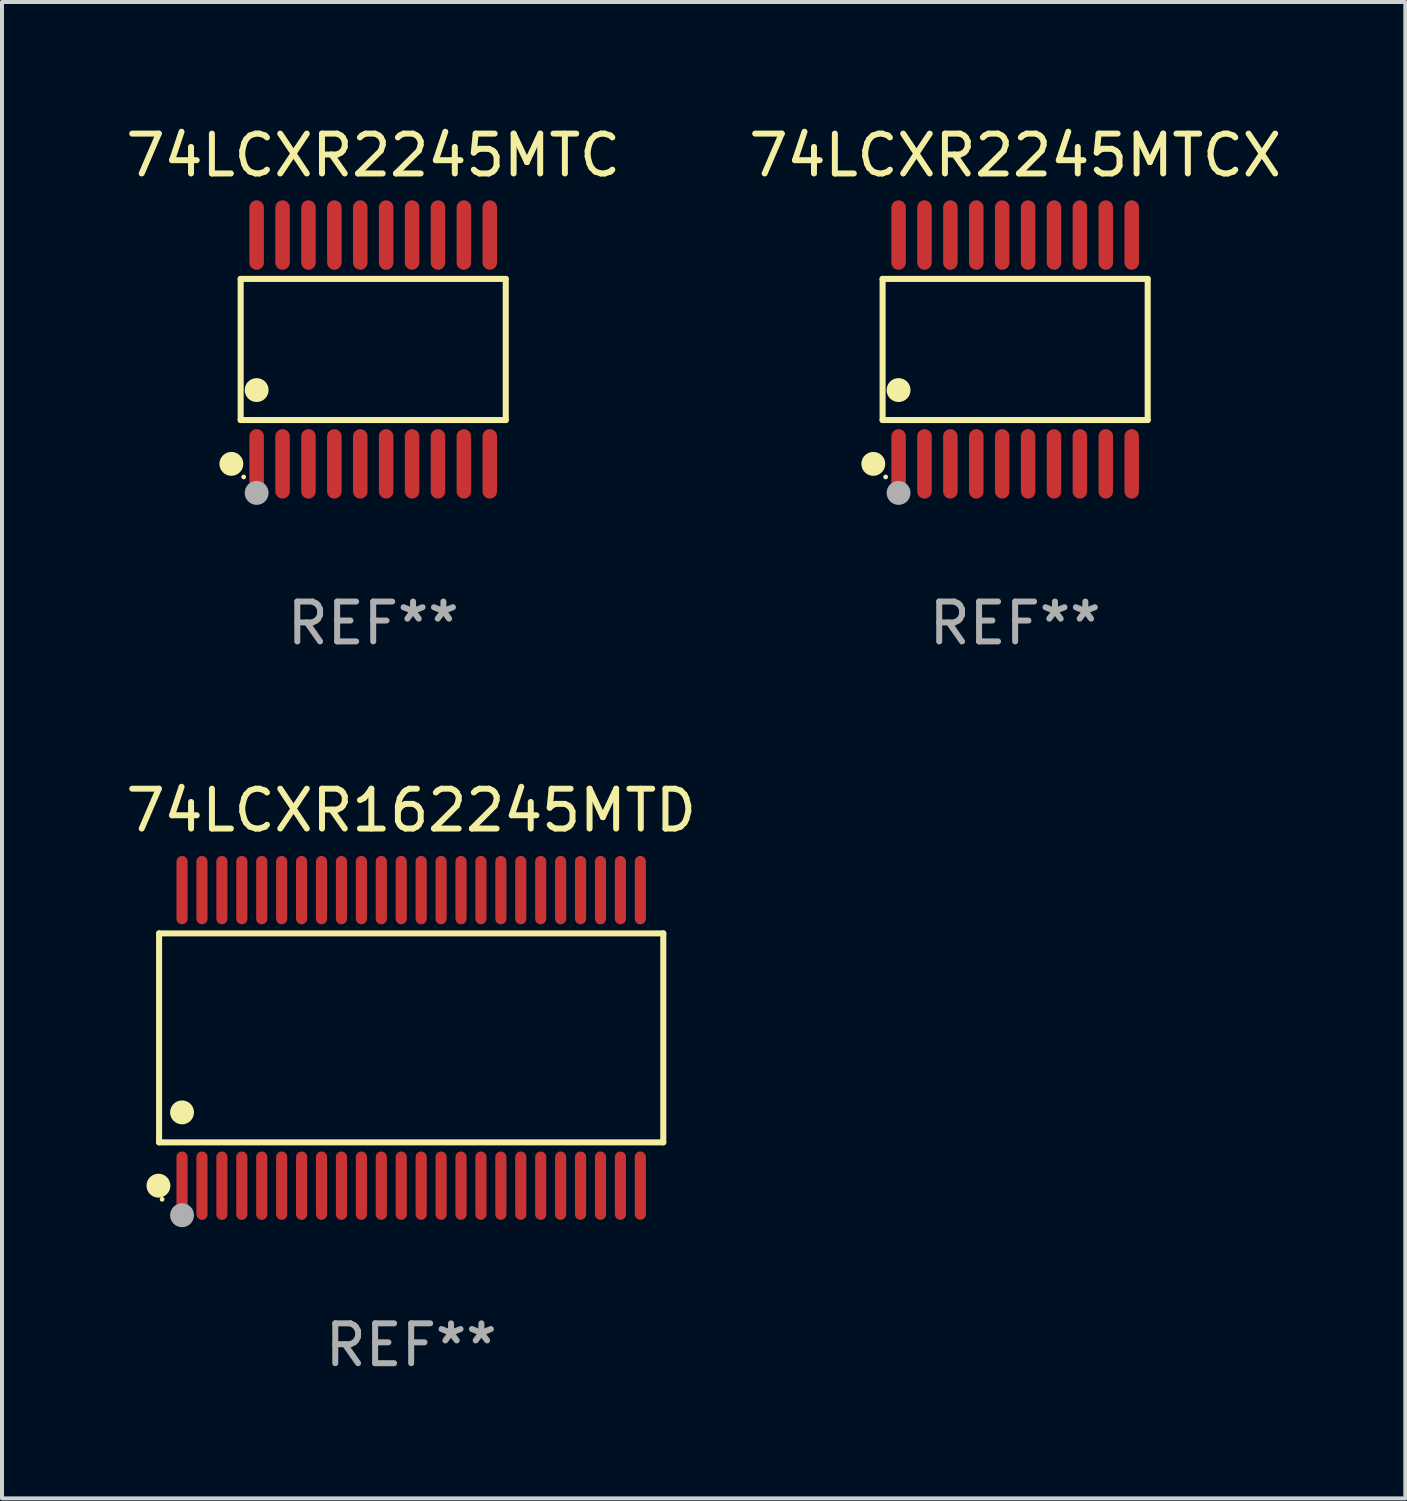
<source format=kicad_pcb>
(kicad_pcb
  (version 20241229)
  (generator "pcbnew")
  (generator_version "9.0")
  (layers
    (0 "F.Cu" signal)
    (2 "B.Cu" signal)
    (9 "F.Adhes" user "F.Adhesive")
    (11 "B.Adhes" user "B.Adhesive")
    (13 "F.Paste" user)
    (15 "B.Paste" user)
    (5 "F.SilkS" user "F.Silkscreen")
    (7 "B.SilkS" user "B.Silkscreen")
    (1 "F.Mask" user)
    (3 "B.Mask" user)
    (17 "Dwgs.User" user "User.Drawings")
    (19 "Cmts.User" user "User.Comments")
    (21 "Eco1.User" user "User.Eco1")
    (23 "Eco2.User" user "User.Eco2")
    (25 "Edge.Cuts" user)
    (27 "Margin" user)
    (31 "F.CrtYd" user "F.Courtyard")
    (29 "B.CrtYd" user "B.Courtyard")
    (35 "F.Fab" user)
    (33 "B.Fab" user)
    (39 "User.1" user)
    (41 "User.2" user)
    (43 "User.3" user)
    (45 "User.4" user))
  (footprint "74LCXR162245MTD"
    (layer "F.Cu")
    (at 7.268 22.994)
    (property "Reference" "74LCXR162245MTD" (at 0 -5.708 0) (layer "F.SilkS") (effects (font (size 1 1) (thickness 0.15))))
    (attr through_hole)
    (fp_line (start -6.326 -2.622) (end 6.326 -2.622) (stroke (width 0.152) (type solid)) (layer "F.SilkS"))
    (fp_line (start -6.326 2.621) (end -6.326 -2.622) (stroke (width 0.152) (type solid)) (layer "F.SilkS"))
    (fp_line (start 6.326 -2.622) (end 6.326 2.621) (stroke (width 0.152) (type solid)) (layer "F.SilkS"))
    (fp_line (start 6.326 2.621) (end -6.326 2.621) (stroke (width 0.152) (type solid)) (layer "F.SilkS"))
    (fp_circle (center -6.342 3.708) (end -6.192 3.708) (stroke (width 0.3) (type solid)) (fill no) (layer "F.SilkS"))
    (fp_circle (center -6.25 4.05) (end -6.22 4.05) (stroke (width 0.06) (type solid)) (fill no) (layer "F.SilkS"))
    (fp_circle (center -5.75 1.869) (end -5.6 1.869) (stroke (width 0.3) (type solid)) (fill no) (layer "F.SilkS"))
    (fp_circle (center -5.75 4.45) (end -5.6 4.45) (stroke (width 0.3) (type solid)) (fill no) (layer "F.Fab"))
    (fp_text user "REF**" (at 0 7.708 0) (layer "F.Fab") (effects (font (size 1 1) (thickness 0.15))))
    (pad "1" smd oval (at -5.75 3.708) (size 0.28 1.715) (layers "F.Cu" "F.Mask" "F.Paste"))
    (pad "2" smd oval (at -5.25 3.708) (size 0.28 1.715) (layers "F.Cu" "F.Mask" "F.Paste"))
    (pad "3" smd oval (at -4.75 3.708) (size 0.28 1.715) (layers "F.Cu" "F.Mask" "F.Paste"))
    (pad "4" smd oval (at -4.25 3.708) (size 0.28 1.715) (layers "F.Cu" "F.Mask" "F.Paste"))
    (pad "5" smd oval (at -3.75 3.708) (size 0.28 1.715) (layers "F.Cu" "F.Mask" "F.Paste"))
    (pad "6" smd oval (at -3.25 3.708) (size 0.28 1.715) (layers "F.Cu" "F.Mask" "F.Paste"))
    (pad "7" smd oval (at -2.75 3.708) (size 0.28 1.715) (layers "F.Cu" "F.Mask" "F.Paste"))
    (pad "8" smd oval (at -2.25 3.708) (size 0.28 1.715) (layers "F.Cu" "F.Mask" "F.Paste"))
    (pad "9" smd oval (at -1.75 3.708) (size 0.28 1.715) (layers "F.Cu" "F.Mask" "F.Paste"))
    (pad "10" smd oval (at -1.25 3.708) (size 0.28 1.715) (layers "F.Cu" "F.Mask" "F.Paste"))
    (pad "11" smd oval (at -0.75 3.708) (size 0.28 1.715) (layers "F.Cu" "F.Mask" "F.Paste"))
    (pad "12" smd oval (at -0.25 3.708) (size 0.28 1.715) (layers "F.Cu" "F.Mask" "F.Paste"))
    (pad "13" smd oval (at 0.25 3.708) (size 0.28 1.715) (layers "F.Cu" "F.Mask" "F.Paste"))
    (pad "14" smd oval (at 0.75 3.708) (size 0.28 1.715) (layers "F.Cu" "F.Mask" "F.Paste"))
    (pad "15" smd oval (at 1.25 3.708) (size 0.28 1.715) (layers "F.Cu" "F.Mask" "F.Paste"))
    (pad "16" smd oval (at 1.75 3.708) (size 0.28 1.715) (layers "F.Cu" "F.Mask" "F.Paste"))
    (pad "17" smd oval (at 2.25 3.708) (size 0.28 1.715) (layers "F.Cu" "F.Mask" "F.Paste"))
    (pad "18" smd oval (at 2.75 3.708) (size 0.28 1.715) (layers "F.Cu" "F.Mask" "F.Paste"))
    (pad "19" smd oval (at 3.25 3.708) (size 0.28 1.715) (layers "F.Cu" "F.Mask" "F.Paste"))
    (pad "20" smd oval (at 3.75 3.708) (size 0.28 1.715) (layers "F.Cu" "F.Mask" "F.Paste"))
    (pad "21" smd oval (at 4.25 3.708) (size 0.28 1.715) (layers "F.Cu" "F.Mask" "F.Paste"))
    (pad "22" smd oval (at 4.75 3.708) (size 0.28 1.715) (layers "F.Cu" "F.Mask" "F.Paste"))
    (pad "23" smd oval (at 5.25 3.708) (size 0.28 1.715) (layers "F.Cu" "F.Mask" "F.Paste"))
    (pad "24" smd oval (at 5.75 3.708) (size 0.28 1.715) (layers "F.Cu" "F.Mask" "F.Paste"))
    (pad "25" smd oval (at 5.75 -3.708) (size 0.28 1.715) (layers "F.Cu" "F.Mask" "F.Paste"))
    (pad "26" smd oval (at 5.25 -3.708) (size 0.28 1.715) (layers "F.Cu" "F.Mask" "F.Paste"))
    (pad "27" smd oval (at 4.75 -3.708) (size 0.28 1.715) (layers "F.Cu" "F.Mask" "F.Paste"))
    (pad "28" smd oval (at 4.25 -3.708) (size 0.28 1.715) (layers "F.Cu" "F.Mask" "F.Paste"))
    (pad "29" smd oval (at 3.75 -3.708) (size 0.28 1.715) (layers "F.Cu" "F.Mask" "F.Paste"))
    (pad "30" smd oval (at 3.25 -3.708) (size 0.28 1.715) (layers "F.Cu" "F.Mask" "F.Paste"))
    (pad "31" smd oval (at 2.75 -3.708) (size 0.28 1.715) (layers "F.Cu" "F.Mask" "F.Paste"))
    (pad "32" smd oval (at 2.25 -3.708) (size 0.28 1.715) (layers "F.Cu" "F.Mask" "F.Paste"))
    (pad "33" smd oval (at 1.75 -3.708) (size 0.28 1.715) (layers "F.Cu" "F.Mask" "F.Paste"))
    (pad "34" smd oval (at 1.25 -3.708) (size 0.28 1.715) (layers "F.Cu" "F.Mask" "F.Paste"))
    (pad "35" smd oval (at 0.75 -3.708) (size 0.28 1.715) (layers "F.Cu" "F.Mask" "F.Paste"))
    (pad "36" smd oval (at 0.25 -3.708) (size 0.28 1.715) (layers "F.Cu" "F.Mask" "F.Paste"))
    (pad "37" smd oval (at -0.25 -3.708) (size 0.28 1.715) (layers "F.Cu" "F.Mask" "F.Paste"))
    (pad "38" smd oval (at -0.75 -3.708) (size 0.28 1.715) (layers "F.Cu" "F.Mask" "F.Paste"))
    (pad "39" smd oval (at -1.25 -3.708) (size 0.28 1.715) (layers "F.Cu" "F.Mask" "F.Paste"))
    (pad "40" smd oval (at -1.75 -3.708) (size 0.28 1.715) (layers "F.Cu" "F.Mask" "F.Paste"))
    (pad "41" smd oval (at -2.25 -3.708) (size 0.28 1.715) (layers "F.Cu" "F.Mask" "F.Paste"))
    (pad "42" smd oval (at -2.75 -3.708) (size 0.28 1.715) (layers "F.Cu" "F.Mask" "F.Paste"))
    (pad "43" smd oval (at -3.25 -3.708) (size 0.28 1.715) (layers "F.Cu" "F.Mask" "F.Paste"))
    (pad "44" smd oval (at -3.75 -3.708) (size 0.28 1.715) (layers "F.Cu" "F.Mask" "F.Paste"))
    (pad "45" smd oval (at -4.25 -3.708) (size 0.28 1.715) (layers "F.Cu" "F.Mask" "F.Paste"))
    (pad "46" smd oval (at -4.75 -3.708) (size 0.28 1.715) (layers "F.Cu" "F.Mask" "F.Paste"))
    (pad "47" smd oval (at -5.25 -3.708) (size 0.28 1.715) (layers "F.Cu" "F.Mask" "F.Paste"))
    (pad "48" smd oval (at -5.75 -3.708) (size 0.28 1.715) (layers "F.Cu" "F.Mask" "F.Paste")))
  (footprint "74LCXR2245MTCX"
    (layer "F.Cu")
    (at 22.423 5.719)
    (property "Reference" "74LCXR2245MTCX" (at 0 -4.871 0) (layer "F.SilkS") (effects (font (size 1 1) (thickness 0.15))))
    (attr through_hole)
    (fp_line (start -3.326 -1.771) (end 3.326 -1.771) (stroke (width 0.152) (type solid)) (layer "F.SilkS"))
    (fp_line (start -3.326 1.771) (end -3.326 -1.771) (stroke (width 0.152) (type solid)) (layer "F.SilkS"))
    (fp_line (start 3.326 -1.771) (end 3.326 1.771) (stroke (width 0.152) (type solid)) (layer "F.SilkS"))
    (fp_line (start 3.326 1.771) (end -3.326 1.771) (stroke (width 0.152) (type solid)) (layer "F.SilkS"))
    (fp_circle (center -3.559 2.871) (end -3.409 2.871) (stroke (width 0.3) (type solid)) (fill no) (layer "F.SilkS"))
    (fp_circle (center -3.25 3.2) (end -3.22 3.2) (stroke (width 0.06) (type solid)) (fill no) (layer "F.SilkS"))
    (fp_circle (center -2.925 1.019) (end -2.775 1.019) (stroke (width 0.3) (type solid)) (fill no) (layer "F.SilkS"))
    (fp_circle (center -2.925 3.6) (end -2.775 3.6) (stroke (width 0.3) (type solid)) (fill no) (layer "F.Fab"))
    (fp_text user "REF**" (at 0 6.871 0) (layer "F.Fab") (effects (font (size 1 1) (thickness 0.15))))
    (pad "1" smd oval (at -2.925 2.871) (size 0.364 1.742) (layers "F.Cu" "F.Mask" "F.Paste"))
    (pad "2" smd oval (at -2.275 2.871) (size 0.364 1.742) (layers "F.Cu" "F.Mask" "F.Paste"))
    (pad "3" smd oval (at -1.625 2.871) (size 0.364 1.742) (layers "F.Cu" "F.Mask" "F.Paste"))
    (pad "4" smd oval (at -0.975 2.871) (size 0.364 1.742) (layers "F.Cu" "F.Mask" "F.Paste"))
    (pad "5" smd oval (at -0.325 2.871) (size 0.364 1.742) (layers "F.Cu" "F.Mask" "F.Paste"))
    (pad "6" smd oval (at 0.325 2.871) (size 0.364 1.742) (layers "F.Cu" "F.Mask" "F.Paste"))
    (pad "7" smd oval (at 0.975 2.871) (size 0.364 1.742) (layers "F.Cu" "F.Mask" "F.Paste"))
    (pad "8" smd oval (at 1.625 2.871) (size 0.364 1.742) (layers "F.Cu" "F.Mask" "F.Paste"))
    (pad "9" smd oval (at 2.275 2.871) (size 0.364 1.742) (layers "F.Cu" "F.Mask" "F.Paste"))
    (pad "10" smd oval (at 2.925 2.871) (size 0.364 1.742) (layers "F.Cu" "F.Mask" "F.Paste"))
    (pad "11" smd oval (at 2.925 -2.871) (size 0.364 1.742) (layers "F.Cu" "F.Mask" "F.Paste"))
    (pad "12" smd oval (at 2.275 -2.871) (size 0.364 1.742) (layers "F.Cu" "F.Mask" "F.Paste"))
    (pad "13" smd oval (at 1.625 -2.871) (size 0.364 1.742) (layers "F.Cu" "F.Mask" "F.Paste"))
    (pad "14" smd oval (at 0.975 -2.871) (size 0.364 1.742) (layers "F.Cu" "F.Mask" "F.Paste"))
    (pad "15" smd oval (at 0.325 -2.871) (size 0.364 1.742) (layers "F.Cu" "F.Mask" "F.Paste"))
    (pad "16" smd oval (at -0.325 -2.871) (size 0.364 1.742) (layers "F.Cu" "F.Mask" "F.Paste"))
    (pad "17" smd oval (at -0.975 -2.871) (size 0.364 1.742) (layers "F.Cu" "F.Mask" "F.Paste"))
    (pad "18" smd oval (at -1.625 -2.871) (size 0.364 1.742) (layers "F.Cu" "F.Mask" "F.Paste"))
    (pad "19" smd oval (at -2.275 -2.871) (size 0.364 1.742) (layers "F.Cu" "F.Mask" "F.Paste"))
    (pad "20" smd oval (at -2.925 -2.871) (size 0.364 1.742) (layers "F.Cu" "F.Mask" "F.Paste")))
  (footprint "74LCXR2245MTC"
    (layer "F.Cu")
    (at 6.315 5.719)
    (property "Reference" "74LCXR2245MTC" (at 0 -4.871 0) (layer "F.SilkS") (effects (font (size 1 1) (thickness 0.15))))
    (attr through_hole)
    (fp_line (start -3.326 -1.771) (end 3.326 -1.771) (stroke (width 0.152) (type solid)) (layer "F.SilkS"))
    (fp_line (start -3.326 1.771) (end -3.326 -1.771) (stroke (width 0.152) (type solid)) (layer "F.SilkS"))
    (fp_line (start 3.326 -1.771) (end 3.326 1.771) (stroke (width 0.152) (type solid)) (layer "F.SilkS"))
    (fp_line (start 3.326 1.771) (end -3.326 1.771) (stroke (width 0.152) (type solid)) (layer "F.SilkS"))
    (fp_circle (center -3.559 2.871) (end -3.409 2.871) (stroke (width 0.3) (type solid)) (fill no) (layer "F.SilkS"))
    (fp_circle (center -3.25 3.2) (end -3.22 3.2) (stroke (width 0.06) (type solid)) (fill no) (layer "F.SilkS"))
    (fp_circle (center -2.925 1.019) (end -2.775 1.019) (stroke (width 0.3) (type solid)) (fill no) (layer "F.SilkS"))
    (fp_circle (center -2.925 3.6) (end -2.775 3.6) (stroke (width 0.3) (type solid)) (fill no) (layer "F.Fab"))
    (fp_text user "REF**" (at 0 6.871 0) (layer "F.Fab") (effects (font (size 1 1) (thickness 0.15))))
    (pad "1" smd oval (at -2.925 2.871) (size 0.364 1.742) (layers "F.Cu" "F.Mask" "F.Paste"))
    (pad "2" smd oval (at -2.275 2.871) (size 0.364 1.742) (layers "F.Cu" "F.Mask" "F.Paste"))
    (pad "3" smd oval (at -1.625 2.871) (size 0.364 1.742) (layers "F.Cu" "F.Mask" "F.Paste"))
    (pad "4" smd oval (at -0.975 2.871) (size 0.364 1.742) (layers "F.Cu" "F.Mask" "F.Paste"))
    (pad "5" smd oval (at -0.325 2.871) (size 0.364 1.742) (layers "F.Cu" "F.Mask" "F.Paste"))
    (pad "6" smd oval (at 0.325 2.871) (size 0.364 1.742) (layers "F.Cu" "F.Mask" "F.Paste"))
    (pad "7" smd oval (at 0.975 2.871) (size 0.364 1.742) (layers "F.Cu" "F.Mask" "F.Paste"))
    (pad "8" smd oval (at 1.625 2.871) (size 0.364 1.742) (layers "F.Cu" "F.Mask" "F.Paste"))
    (pad "9" smd oval (at 2.275 2.871) (size 0.364 1.742) (layers "F.Cu" "F.Mask" "F.Paste"))
    (pad "10" smd oval (at 2.925 2.871) (size 0.364 1.742) (layers "F.Cu" "F.Mask" "F.Paste"))
    (pad "11" smd oval (at 2.925 -2.871) (size 0.364 1.742) (layers "F.Cu" "F.Mask" "F.Paste"))
    (pad "12" smd oval (at 2.275 -2.871) (size 0.364 1.742) (layers "F.Cu" "F.Mask" "F.Paste"))
    (pad "13" smd oval (at 1.625 -2.871) (size 0.364 1.742) (layers "F.Cu" "F.Mask" "F.Paste"))
    (pad "14" smd oval (at 0.975 -2.871) (size 0.364 1.742) (layers "F.Cu" "F.Mask" "F.Paste"))
    (pad "15" smd oval (at 0.325 -2.871) (size 0.364 1.742) (layers "F.Cu" "F.Mask" "F.Paste"))
    (pad "16" smd oval (at -0.325 -2.871) (size 0.364 1.742) (layers "F.Cu" "F.Mask" "F.Paste"))
    (pad "17" smd oval (at -0.975 -2.871) (size 0.364 1.742) (layers "F.Cu" "F.Mask" "F.Paste"))
    (pad "18" smd oval (at -1.625 -2.871) (size 0.364 1.742) (layers "F.Cu" "F.Mask" "F.Paste"))
    (pad "19" smd oval (at -2.275 -2.871) (size 0.364 1.742) (layers "F.Cu" "F.Mask" "F.Paste"))
    (pad "20" smd oval (at -2.925 -2.871) (size 0.364 1.742) (layers "F.Cu" "F.Mask" "F.Paste")))
  (gr_rect
    (start -3 -3)
    (end 32.214 34.55)
    (stroke (width 0.1) (type default))
    (fill no)
    (layer "Edge.Cuts")))
</source>
